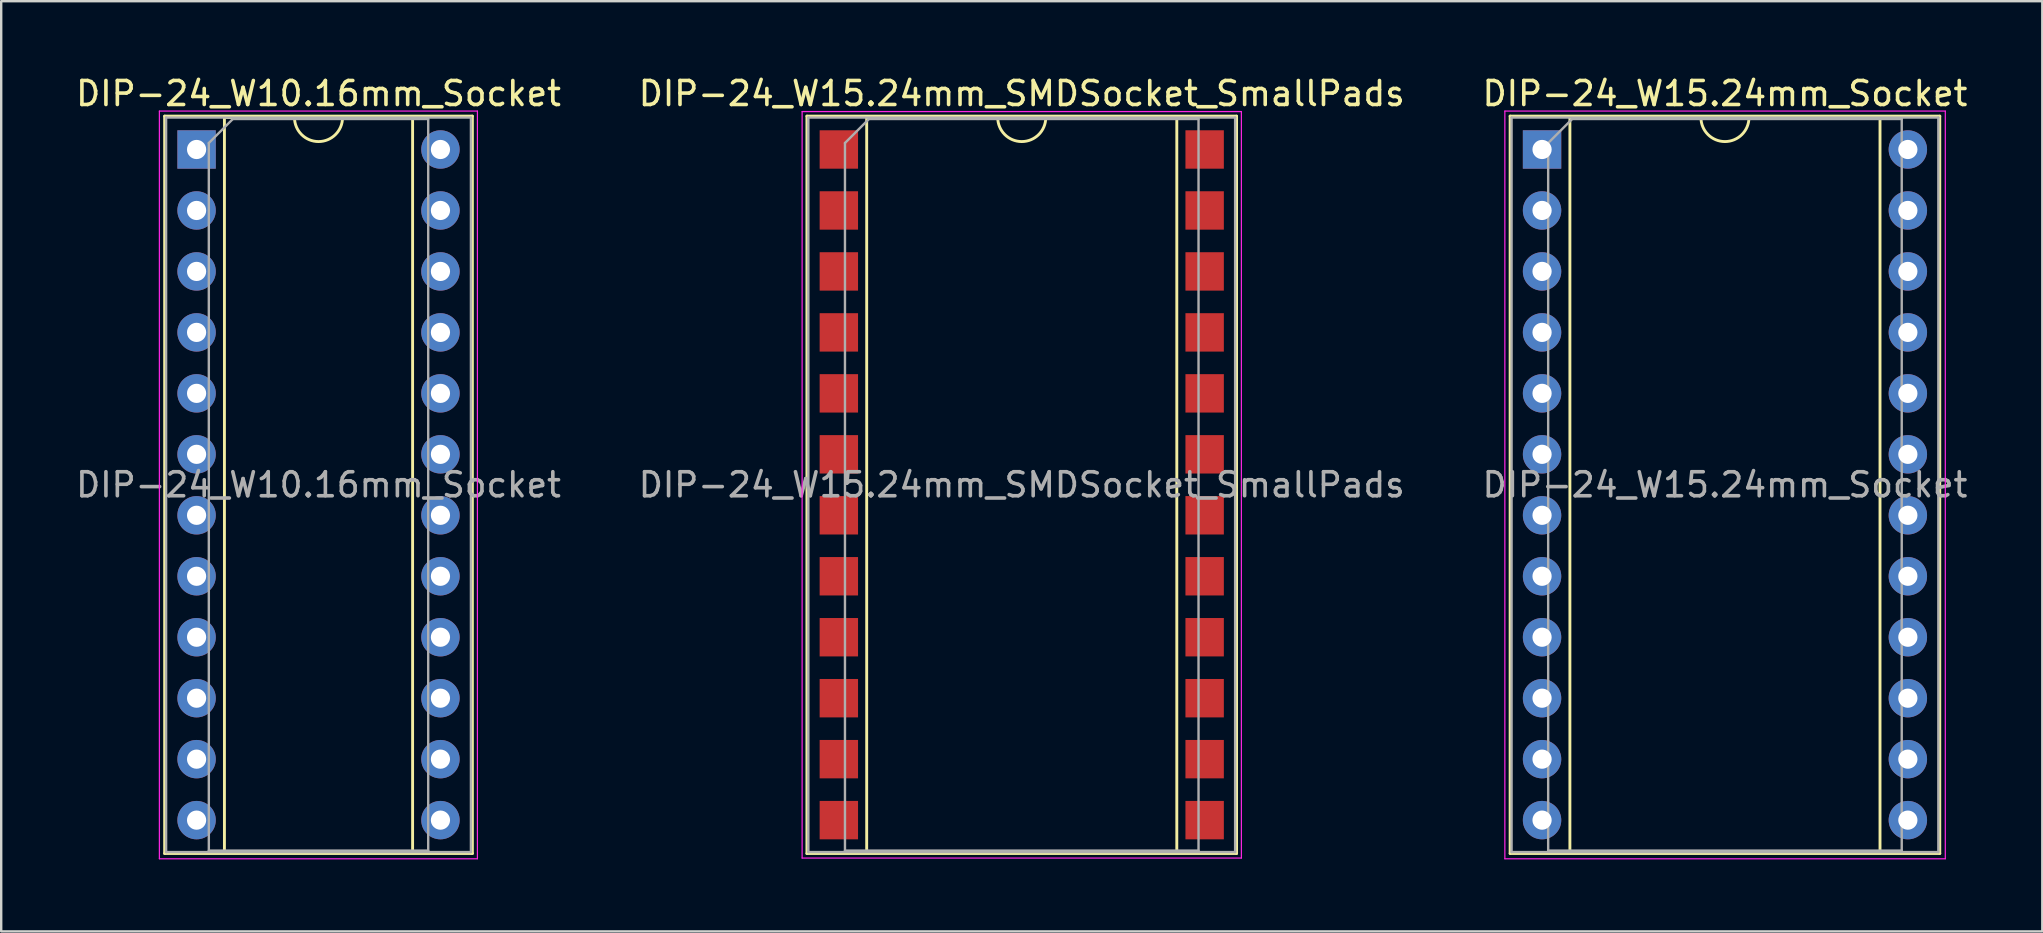
<source format=kicad_pcb>
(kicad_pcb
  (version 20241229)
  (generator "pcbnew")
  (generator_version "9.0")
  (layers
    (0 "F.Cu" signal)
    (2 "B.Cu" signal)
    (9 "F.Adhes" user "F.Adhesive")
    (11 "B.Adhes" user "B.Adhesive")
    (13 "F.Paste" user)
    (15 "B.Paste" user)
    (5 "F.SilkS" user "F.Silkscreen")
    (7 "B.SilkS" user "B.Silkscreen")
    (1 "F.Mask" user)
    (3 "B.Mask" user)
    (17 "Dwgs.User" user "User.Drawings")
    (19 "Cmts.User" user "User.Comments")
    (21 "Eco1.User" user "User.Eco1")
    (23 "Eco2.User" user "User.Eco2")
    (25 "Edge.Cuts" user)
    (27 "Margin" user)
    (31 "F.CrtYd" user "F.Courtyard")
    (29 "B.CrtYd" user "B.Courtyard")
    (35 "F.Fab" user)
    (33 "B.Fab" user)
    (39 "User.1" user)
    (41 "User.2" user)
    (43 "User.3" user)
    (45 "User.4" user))
  (footprint "DIP-24_W15.24mm_SMDSocket_SmallPads"
    (layer "F.Cu")
    (at 39.518 17.148)
    (property "Reference" "DIP-24_W15.24mm_SMDSocket_SmallPads" (at 0 -16.3 0) (layer "F.SilkS") (effects (font (size 1 1) (thickness 0.15))))
    (attr smd)
    (fp_line (start -8.95 -15.36) (end -8.95 15.36) (stroke (width 0.12) (type solid)) (layer "F.SilkS"))
    (fp_line (start -8.95 15.36) (end 8.95 15.36) (stroke (width 0.12) (type solid)) (layer "F.SilkS"))
    (fp_line (start -6.46 -15.3) (end -6.46 15.3) (stroke (width 0.12) (type solid)) (layer "F.SilkS"))
    (fp_line (start -6.46 15.3) (end 6.46 15.3) (stroke (width 0.12) (type solid)) (layer "F.SilkS"))
    (fp_line (start -1 -15.3) (end -6.46 -15.3) (stroke (width 0.12) (type solid)) (layer "F.SilkS"))
    (fp_line (start 6.46 -15.3) (end 1 -15.3) (stroke (width 0.12) (type solid)) (layer "F.SilkS"))
    (fp_line (start 6.46 15.3) (end 6.46 -15.3) (stroke (width 0.12) (type solid)) (layer "F.SilkS"))
    (fp_line (start 8.95 -15.36) (end -8.95 -15.36) (stroke (width 0.12) (type solid)) (layer "F.SilkS"))
    (fp_line (start 8.95 15.36) (end 8.95 -15.36) (stroke (width 0.12) (type solid)) (layer "F.SilkS"))
    (fp_arc (start 1 -15.3) (mid 0 -14.3) (end -1 -15.3) (stroke (width 0.12) (type solid)) (layer "F.SilkS"))
    (fp_line (start -9.15 -15.55) (end -9.15 15.55) (stroke (width 0.05) (type solid)) (layer "F.CrtYd"))
    (fp_line (start -9.15 15.55) (end 9.15 15.55) (stroke (width 0.05) (type solid)) (layer "F.CrtYd"))
    (fp_line (start 9.15 -15.55) (end -9.15 -15.55) (stroke (width 0.05) (type solid)) (layer "F.CrtYd"))
    (fp_line (start 9.15 15.55) (end 9.15 -15.55) (stroke (width 0.05) (type solid)) (layer "F.CrtYd"))
    (fp_line (start -8.89 -15.3) (end -8.89 15.3) (stroke (width 0.1) (type solid)) (layer "F.Fab"))
    (fp_line (start -8.89 15.3) (end 8.89 15.3) (stroke (width 0.1) (type solid)) (layer "F.Fab"))
    (fp_line (start -7.365 -14.24) (end -6.365 -15.24) (stroke (width 0.1) (type solid)) (layer "F.Fab"))
    (fp_line (start -7.365 15.24) (end -7.365 -14.24) (stroke (width 0.1) (type solid)) (layer "F.Fab"))
    (fp_line (start -6.365 -15.24) (end 7.365 -15.24) (stroke (width 0.1) (type solid)) (layer "F.Fab"))
    (fp_line (start 7.365 -15.24) (end 7.365 15.24) (stroke (width 0.1) (type solid)) (layer "F.Fab"))
    (fp_line (start 7.365 15.24) (end -7.365 15.24) (stroke (width 0.1) (type solid)) (layer "F.Fab"))
    (fp_line (start 8.89 -15.3) (end -8.89 -15.3) (stroke (width 0.1) (type solid)) (layer "F.Fab"))
    (fp_line (start 8.89 15.3) (end 8.89 -15.3) (stroke (width 0.1) (type solid)) (layer "F.Fab"))
    (fp_text user "${REFERENCE}" (at 0 0 0) (layer "F.Fab") (effects (font (size 1 1) (thickness 0.15))))
    (pad "1" smd rect (at -7.62 -13.97) (size 1.6 1.6) (layers "F.Cu" "F.Mask" "F.Paste"))
    (pad "2" smd rect (at -7.62 -11.43) (size 1.6 1.6) (layers "F.Cu" "F.Mask" "F.Paste"))
    (pad "3" smd rect (at -7.62 -8.89) (size 1.6 1.6) (layers "F.Cu" "F.Mask" "F.Paste"))
    (pad "4" smd rect (at -7.62 -6.35) (size 1.6 1.6) (layers "F.Cu" "F.Mask" "F.Paste"))
    (pad "5" smd rect (at -7.62 -3.81) (size 1.6 1.6) (layers "F.Cu" "F.Mask" "F.Paste"))
    (pad "6" smd rect (at -7.62 -1.27) (size 1.6 1.6) (layers "F.Cu" "F.Mask" "F.Paste"))
    (pad "7" smd rect (at -7.62 1.27) (size 1.6 1.6) (layers "F.Cu" "F.Mask" "F.Paste"))
    (pad "8" smd rect (at -7.62 3.81) (size 1.6 1.6) (layers "F.Cu" "F.Mask" "F.Paste"))
    (pad "9" smd rect (at -7.62 6.35) (size 1.6 1.6) (layers "F.Cu" "F.Mask" "F.Paste"))
    (pad "10" smd rect (at -7.62 8.89) (size 1.6 1.6) (layers "F.Cu" "F.Mask" "F.Paste"))
    (pad "11" smd rect (at -7.62 11.43) (size 1.6 1.6) (layers "F.Cu" "F.Mask" "F.Paste"))
    (pad "12" smd rect (at -7.62 13.97) (size 1.6 1.6) (layers "F.Cu" "F.Mask" "F.Paste"))
    (pad "13" smd rect (at 7.62 13.97) (size 1.6 1.6) (layers "F.Cu" "F.Mask" "F.Paste"))
    (pad "14" smd rect (at 7.62 11.43) (size 1.6 1.6) (layers "F.Cu" "F.Mask" "F.Paste"))
    (pad "15" smd rect (at 7.62 8.89) (size 1.6 1.6) (layers "F.Cu" "F.Mask" "F.Paste"))
    (pad "16" smd rect (at 7.62 6.35) (size 1.6 1.6) (layers "F.Cu" "F.Mask" "F.Paste"))
    (pad "17" smd rect (at 7.62 3.81) (size 1.6 1.6) (layers "F.Cu" "F.Mask" "F.Paste"))
    (pad "18" smd rect (at 7.62 1.27) (size 1.6 1.6) (layers "F.Cu" "F.Mask" "F.Paste"))
    (pad "19" smd rect (at 7.62 -1.27) (size 1.6 1.6) (layers "F.Cu" "F.Mask" "F.Paste"))
    (pad "20" smd rect (at 7.62 -3.81) (size 1.6 1.6) (layers "F.Cu" "F.Mask" "F.Paste"))
    (pad "21" smd rect (at 7.62 -6.35) (size 1.6 1.6) (layers "F.Cu" "F.Mask" "F.Paste"))
    (pad "22" smd rect (at 7.62 -8.89) (size 1.6 1.6) (layers "F.Cu" "F.Mask" "F.Paste"))
    (pad "23" smd rect (at 7.62 -11.43) (size 1.6 1.6) (layers "F.Cu" "F.Mask" "F.Paste"))
    (pad "24" smd rect (at 7.62 -13.97) (size 1.6 1.6) (layers "F.Cu" "F.Mask" "F.Paste")))
  (footprint "DIP-24_W10.16mm_Socket"
    (layer "F.Cu")
    (at 5.14 3.178)
    (property "Reference" "DIP-24_W10.16mm_Socket" (at 5.08 -2.33 0) (layer "F.SilkS") (effects (font (size 1 1) (thickness 0.15))))
    (attr through_hole)
    (fp_line (start -1.33 -1.39) (end -1.33 29.33) (stroke (width 0.12) (type solid)) (layer "F.SilkS"))
    (fp_line (start -1.33 29.33) (end 11.49 29.33) (stroke (width 0.12) (type solid)) (layer "F.SilkS"))
    (fp_line (start 1.16 -1.33) (end 1.16 29.27) (stroke (width 0.12) (type solid)) (layer "F.SilkS"))
    (fp_line (start 1.16 29.27) (end 9 29.27) (stroke (width 0.12) (type solid)) (layer "F.SilkS"))
    (fp_line (start 4.08 -1.33) (end 1.16 -1.33) (stroke (width 0.12) (type solid)) (layer "F.SilkS"))
    (fp_line (start 9 -1.33) (end 6.08 -1.33) (stroke (width 0.12) (type solid)) (layer "F.SilkS"))
    (fp_line (start 9 29.27) (end 9 -1.33) (stroke (width 0.12) (type solid)) (layer "F.SilkS"))
    (fp_line (start 11.49 -1.39) (end -1.33 -1.39) (stroke (width 0.12) (type solid)) (layer "F.SilkS"))
    (fp_line (start 11.49 29.33) (end 11.49 -1.39) (stroke (width 0.12) (type solid)) (layer "F.SilkS"))
    (fp_arc (start 6.08 -1.33) (mid 5.08 -0.33) (end 4.08 -1.33) (stroke (width 0.12) (type solid)) (layer "F.SilkS"))
    (fp_line (start -1.55 -1.6) (end -1.55 29.55) (stroke (width 0.05) (type solid)) (layer "F.CrtYd"))
    (fp_line (start -1.55 29.55) (end 11.7 29.55) (stroke (width 0.05) (type solid)) (layer "F.CrtYd"))
    (fp_line (start 11.7 -1.6) (end -1.55 -1.6) (stroke (width 0.05) (type solid)) (layer "F.CrtYd"))
    (fp_line (start 11.7 29.55) (end 11.7 -1.6) (stroke (width 0.05) (type solid)) (layer "F.CrtYd"))
    (fp_line (start -1.27 -1.33) (end -1.27 29.27) (stroke (width 0.1) (type solid)) (layer "F.Fab"))
    (fp_line (start -1.27 29.27) (end 11.43 29.27) (stroke (width 0.1) (type solid)) (layer "F.Fab"))
    (fp_line (start 0.51 -0.27) (end 1.51 -1.27) (stroke (width 0.1) (type solid)) (layer "F.Fab"))
    (fp_line (start 0.51 29.21) (end 0.51 -0.27) (stroke (width 0.1) (type solid)) (layer "F.Fab"))
    (fp_line (start 1.51 -1.27) (end 9.65 -1.27) (stroke (width 0.1) (type solid)) (layer "F.Fab"))
    (fp_line (start 9.65 -1.27) (end 9.65 29.21) (stroke (width 0.1) (type solid)) (layer "F.Fab"))
    (fp_line (start 9.65 29.21) (end 0.51 29.21) (stroke (width 0.1) (type solid)) (layer "F.Fab"))
    (fp_line (start 11.43 -1.33) (end -1.27 -1.33) (stroke (width 0.1) (type solid)) (layer "F.Fab"))
    (fp_line (start 11.43 29.27) (end 11.43 -1.33) (stroke (width 0.1) (type solid)) (layer "F.Fab"))
    (fp_text user "${REFERENCE}" (at 5.08 13.97 0) (layer "F.Fab") (effects (font (size 1 1) (thickness 0.15))))
    (pad "1" thru_hole rect (at 0 0) (size 1.6 1.6) (drill 0.8) (layers "*.Cu" "*.Mask"))
    (pad "2" thru_hole oval (at 0 2.54) (size 1.6 1.6) (drill 0.8) (layers "*.Cu" "*.Mask"))
    (pad "3" thru_hole oval (at 0 5.08) (size 1.6 1.6) (drill 0.8) (layers "*.Cu" "*.Mask"))
    (pad "4" thru_hole oval (at 0 7.62) (size 1.6 1.6) (drill 0.8) (layers "*.Cu" "*.Mask"))
    (pad "5" thru_hole oval (at 0 10.16) (size 1.6 1.6) (drill 0.8) (layers "*.Cu" "*.Mask"))
    (pad "6" thru_hole oval (at 0 12.7) (size 1.6 1.6) (drill 0.8) (layers "*.Cu" "*.Mask"))
    (pad "7" thru_hole oval (at 0 15.24) (size 1.6 1.6) (drill 0.8) (layers "*.Cu" "*.Mask"))
    (pad "8" thru_hole oval (at 0 17.78) (size 1.6 1.6) (drill 0.8) (layers "*.Cu" "*.Mask"))
    (pad "9" thru_hole oval (at 0 20.32) (size 1.6 1.6) (drill 0.8) (layers "*.Cu" "*.Mask"))
    (pad "10" thru_hole oval (at 0 22.86) (size 1.6 1.6) (drill 0.8) (layers "*.Cu" "*.Mask"))
    (pad "11" thru_hole oval (at 0 25.4) (size 1.6 1.6) (drill 0.8) (layers "*.Cu" "*.Mask"))
    (pad "12" thru_hole oval (at 0 27.94) (size 1.6 1.6) (drill 0.8) (layers "*.Cu" "*.Mask"))
    (pad "13" thru_hole oval (at 10.16 27.94) (size 1.6 1.6) (drill 0.8) (layers "*.Cu" "*.Mask"))
    (pad "14" thru_hole oval (at 10.16 25.4) (size 1.6 1.6) (drill 0.8) (layers "*.Cu" "*.Mask"))
    (pad "15" thru_hole oval (at 10.16 22.86) (size 1.6 1.6) (drill 0.8) (layers "*.Cu" "*.Mask"))
    (pad "16" thru_hole oval (at 10.16 20.32) (size 1.6 1.6) (drill 0.8) (layers "*.Cu" "*.Mask"))
    (pad "17" thru_hole oval (at 10.16 17.78) (size 1.6 1.6) (drill 0.8) (layers "*.Cu" "*.Mask"))
    (pad "18" thru_hole oval (at 10.16 15.24) (size 1.6 1.6) (drill 0.8) (layers "*.Cu" "*.Mask"))
    (pad "19" thru_hole oval (at 10.16 12.7) (size 1.6 1.6) (drill 0.8) (layers "*.Cu" "*.Mask"))
    (pad "20" thru_hole oval (at 10.16 10.16) (size 1.6 1.6) (drill 0.8) (layers "*.Cu" "*.Mask"))
    (pad "21" thru_hole oval (at 10.16 7.62) (size 1.6 1.6) (drill 0.8) (layers "*.Cu" "*.Mask"))
    (pad "22" thru_hole oval (at 10.16 5.08) (size 1.6 1.6) (drill 0.8) (layers "*.Cu" "*.Mask"))
    (pad "23" thru_hole oval (at 10.16 2.54) (size 1.6 1.6) (drill 0.8) (layers "*.Cu" "*.Mask"))
    (pad "24" thru_hole oval (at 10.16 0) (size 1.6 1.6) (drill 0.8) (layers "*.Cu" "*.Mask")))
  (footprint "DIP-24_W15.24mm_Socket"
    (layer "F.Cu")
    (at 61.195 3.178)
    (property "Reference" "DIP-24_W15.24mm_Socket" (at 7.62 -2.33 0) (layer "F.SilkS") (effects (font (size 1 1) (thickness 0.15))))
    (attr through_hole)
    (fp_line (start -1.33 -1.39) (end -1.33 29.33) (stroke (width 0.12) (type solid)) (layer "F.SilkS"))
    (fp_line (start -1.33 29.33) (end 16.57 29.33) (stroke (width 0.12) (type solid)) (layer "F.SilkS"))
    (fp_line (start 1.16 -1.33) (end 1.16 29.27) (stroke (width 0.12) (type solid)) (layer "F.SilkS"))
    (fp_line (start 1.16 29.27) (end 14.08 29.27) (stroke (width 0.12) (type solid)) (layer "F.SilkS"))
    (fp_line (start 6.62 -1.33) (end 1.16 -1.33) (stroke (width 0.12) (type solid)) (layer "F.SilkS"))
    (fp_line (start 14.08 -1.33) (end 8.62 -1.33) (stroke (width 0.12) (type solid)) (layer "F.SilkS"))
    (fp_line (start 14.08 29.27) (end 14.08 -1.33) (stroke (width 0.12) (type solid)) (layer "F.SilkS"))
    (fp_line (start 16.57 -1.39) (end -1.33 -1.39) (stroke (width 0.12) (type solid)) (layer "F.SilkS"))
    (fp_line (start 16.57 29.33) (end 16.57 -1.39) (stroke (width 0.12) (type solid)) (layer "F.SilkS"))
    (fp_arc (start 8.62 -1.33) (mid 7.62 -0.33) (end 6.62 -1.33) (stroke (width 0.12) (type solid)) (layer "F.SilkS"))
    (fp_line (start -1.55 -1.6) (end -1.55 29.55) (stroke (width 0.05) (type solid)) (layer "F.CrtYd"))
    (fp_line (start -1.55 29.55) (end 16.8 29.55) (stroke (width 0.05) (type solid)) (layer "F.CrtYd"))
    (fp_line (start 16.8 -1.6) (end -1.55 -1.6) (stroke (width 0.05) (type solid)) (layer "F.CrtYd"))
    (fp_line (start 16.8 29.55) (end 16.8 -1.6) (stroke (width 0.05) (type solid)) (layer "F.CrtYd"))
    (fp_line (start -1.27 -1.33) (end -1.27 29.27) (stroke (width 0.1) (type solid)) (layer "F.Fab"))
    (fp_line (start -1.27 29.27) (end 16.51 29.27) (stroke (width 0.1) (type solid)) (layer "F.Fab"))
    (fp_line (start 0.255 -0.27) (end 1.255 -1.27) (stroke (width 0.1) (type solid)) (layer "F.Fab"))
    (fp_line (start 0.255 29.21) (end 0.255 -0.27) (stroke (width 0.1) (type solid)) (layer "F.Fab"))
    (fp_line (start 1.255 -1.27) (end 14.985 -1.27) (stroke (width 0.1) (type solid)) (layer "F.Fab"))
    (fp_line (start 14.985 -1.27) (end 14.985 29.21) (stroke (width 0.1) (type solid)) (layer "F.Fab"))
    (fp_line (start 14.985 29.21) (end 0.255 29.21) (stroke (width 0.1) (type solid)) (layer "F.Fab"))
    (fp_line (start 16.51 -1.33) (end -1.27 -1.33) (stroke (width 0.1) (type solid)) (layer "F.Fab"))
    (fp_line (start 16.51 29.27) (end 16.51 -1.33) (stroke (width 0.1) (type solid)) (layer "F.Fab"))
    (fp_text user "${REFERENCE}" (at 7.62 13.97 0) (layer "F.Fab") (effects (font (size 1 1) (thickness 0.15))))
    (pad "1" thru_hole rect (at 0 0) (size 1.6 1.6) (drill 0.8) (layers "*.Cu" "*.Mask"))
    (pad "2" thru_hole oval (at 0 2.54) (size 1.6 1.6) (drill 0.8) (layers "*.Cu" "*.Mask"))
    (pad "3" thru_hole oval (at 0 5.08) (size 1.6 1.6) (drill 0.8) (layers "*.Cu" "*.Mask"))
    (pad "4" thru_hole oval (at 0 7.62) (size 1.6 1.6) (drill 0.8) (layers "*.Cu" "*.Mask"))
    (pad "5" thru_hole oval (at 0 10.16) (size 1.6 1.6) (drill 0.8) (layers "*.Cu" "*.Mask"))
    (pad "6" thru_hole oval (at 0 12.7) (size 1.6 1.6) (drill 0.8) (layers "*.Cu" "*.Mask"))
    (pad "7" thru_hole oval (at 0 15.24) (size 1.6 1.6) (drill 0.8) (layers "*.Cu" "*.Mask"))
    (pad "8" thru_hole oval (at 0 17.78) (size 1.6 1.6) (drill 0.8) (layers "*.Cu" "*.Mask"))
    (pad "9" thru_hole oval (at 0 20.32) (size 1.6 1.6) (drill 0.8) (layers "*.Cu" "*.Mask"))
    (pad "10" thru_hole oval (at 0 22.86) (size 1.6 1.6) (drill 0.8) (layers "*.Cu" "*.Mask"))
    (pad "11" thru_hole oval (at 0 25.4) (size 1.6 1.6) (drill 0.8) (layers "*.Cu" "*.Mask"))
    (pad "12" thru_hole oval (at 0 27.94) (size 1.6 1.6) (drill 0.8) (layers "*.Cu" "*.Mask"))
    (pad "13" thru_hole oval (at 15.24 27.94) (size 1.6 1.6) (drill 0.8) (layers "*.Cu" "*.Mask"))
    (pad "14" thru_hole oval (at 15.24 25.4) (size 1.6 1.6) (drill 0.8) (layers "*.Cu" "*.Mask"))
    (pad "15" thru_hole oval (at 15.24 22.86) (size 1.6 1.6) (drill 0.8) (layers "*.Cu" "*.Mask"))
    (pad "16" thru_hole oval (at 15.24 20.32) (size 1.6 1.6) (drill 0.8) (layers "*.Cu" "*.Mask"))
    (pad "17" thru_hole oval (at 15.24 17.78) (size 1.6 1.6) (drill 0.8) (layers "*.Cu" "*.Mask"))
    (pad "18" thru_hole oval (at 15.24 15.24) (size 1.6 1.6) (drill 0.8) (layers "*.Cu" "*.Mask"))
    (pad "19" thru_hole oval (at 15.24 12.7) (size 1.6 1.6) (drill 0.8) (layers "*.Cu" "*.Mask"))
    (pad "20" thru_hole oval (at 15.24 10.16) (size 1.6 1.6) (drill 0.8) (layers "*.Cu" "*.Mask"))
    (pad "21" thru_hole oval (at 15.24 7.62) (size 1.6 1.6) (drill 0.8) (layers "*.Cu" "*.Mask"))
    (pad "22" thru_hole oval (at 15.24 5.08) (size 1.6 1.6) (drill 0.8) (layers "*.Cu" "*.Mask"))
    (pad "23" thru_hole oval (at 15.24 2.54) (size 1.6 1.6) (drill 0.8) (layers "*.Cu" "*.Mask"))
    (pad "24" thru_hole oval (at 15.24 0) (size 1.6 1.6) (drill 0.8) (layers "*.Cu" "*.Mask")))
  (gr_rect
    (start -3 -3)
    (end 82.036 35.753)
    (stroke (width 0.1) (type default))
    (fill no)
    (layer "Edge.Cuts")))
</source>
